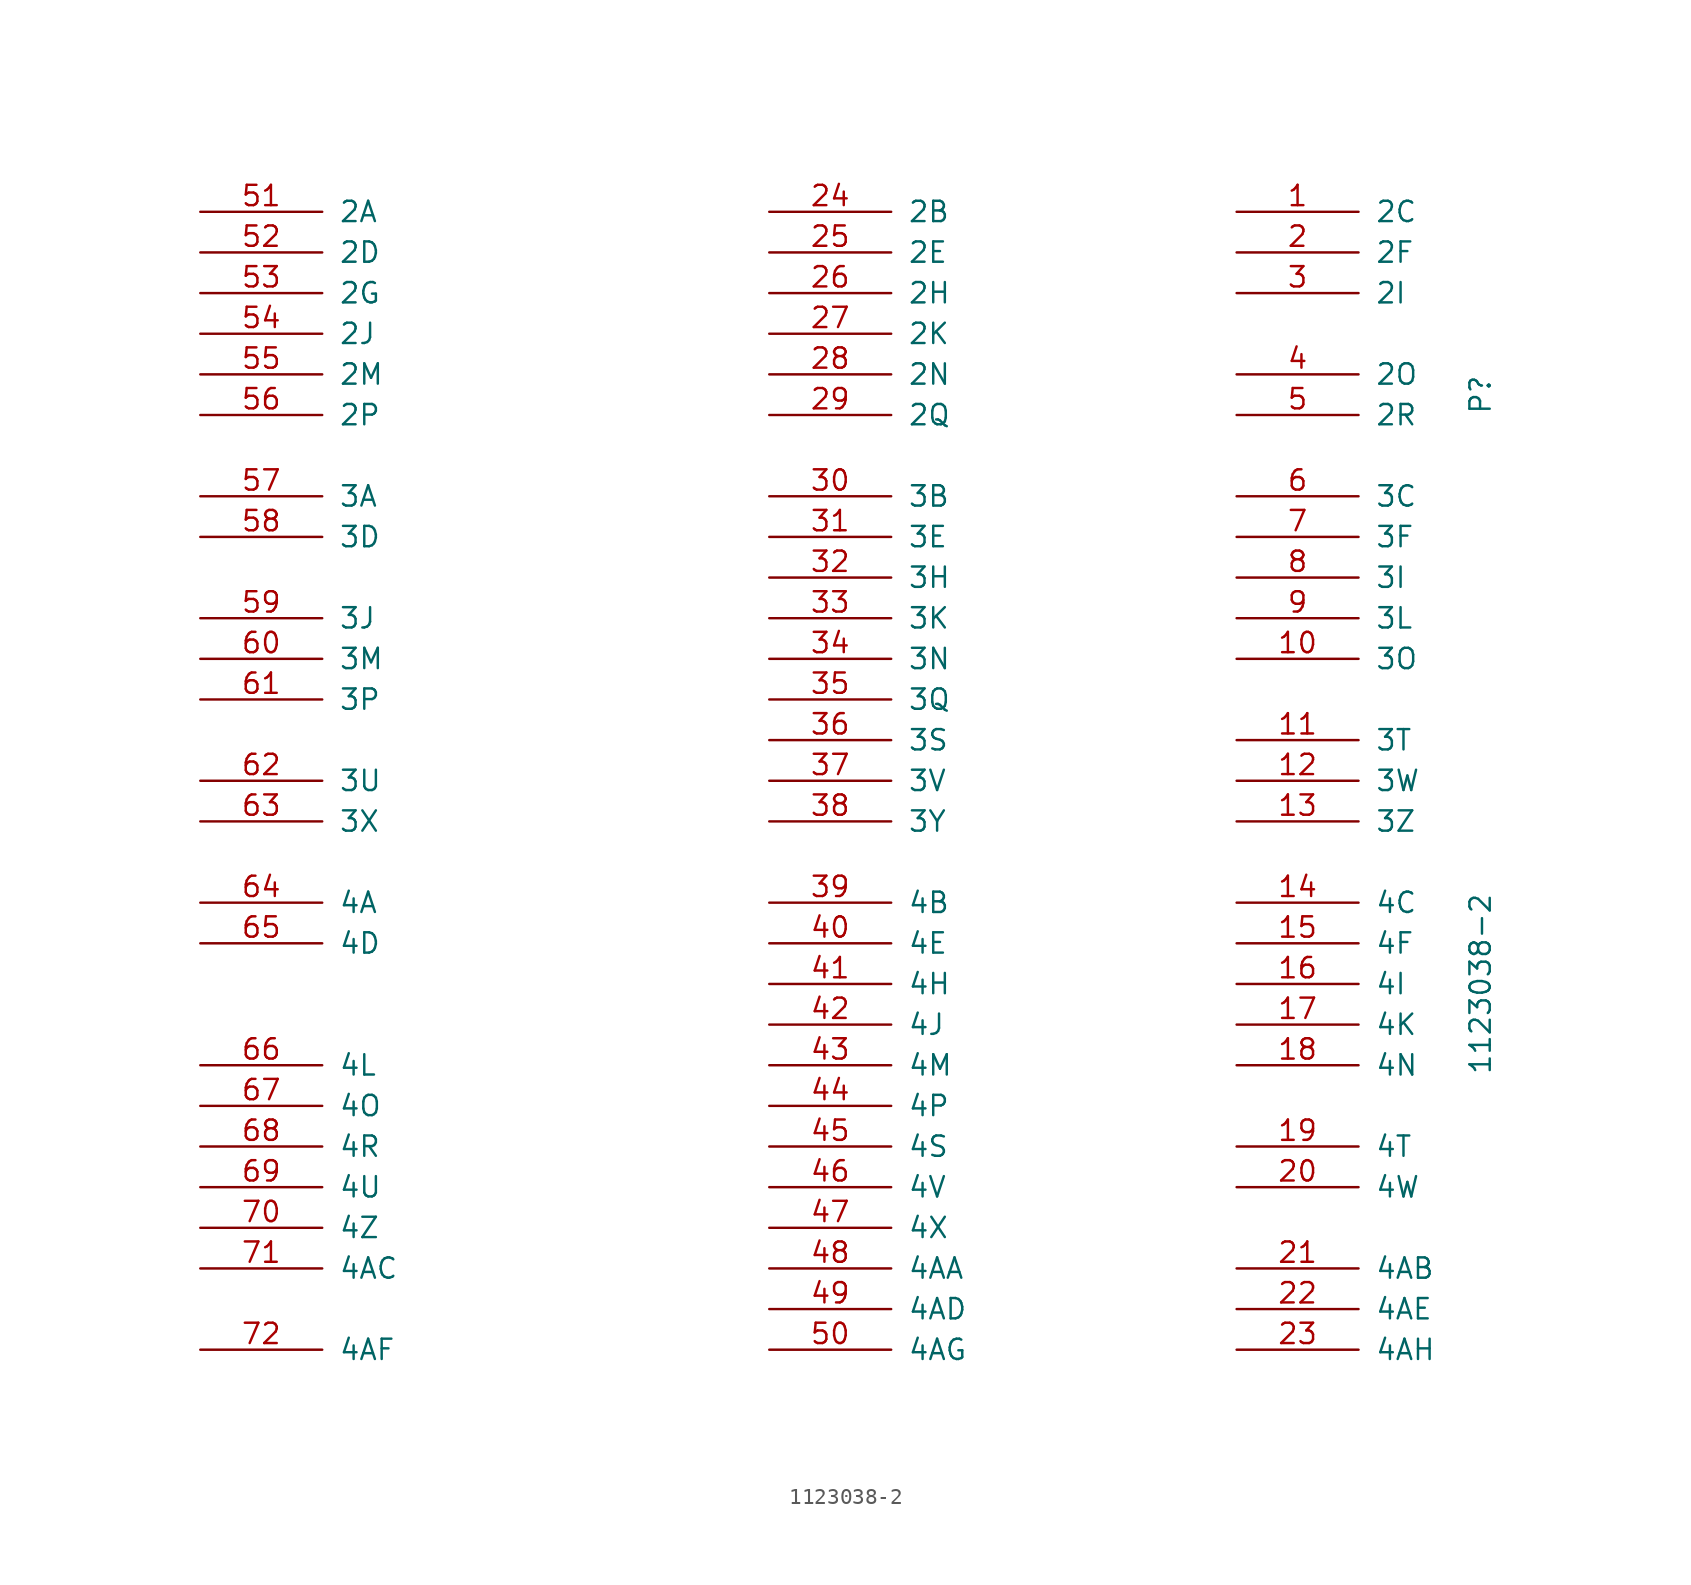
<source format=kicad_sym>
(kicad_symbol_lib
  (version 20241209)
  (generator "kicad_symbol_editor")
  (generator_version "9.0")
  (symbol "1123038-2"
    (pin_names
      (offset 1.016))
    (property "Reference" "P"
      (at 44.45 29.21 90)
      (effects (font (size 1.27 1.27))))
    (property "Value" "1123038-2"
      (at 44.45 -7.62 90)
      (effects (font (size 1.27 1.27))))
    (symbol "1123038-2_1_1"
      (pin passive line (at -35.56 40.64 0) (length 7.62) (name "2A" (effects (font (size 1.27 1.27)))) (number "51" (effects (font (size 1.27 1.27)))))
      (pin passive line (at -35.56 38.1 0) (length 7.62) (name "2D" (effects (font (size 1.27 1.27)))) (number "52" (effects (font (size 1.27 1.27)))))
      (pin passive line (at -35.56 35.56 0) (length 7.62) (name "2G" (effects (font (size 1.27 1.27)))) (number "53" (effects (font (size 1.27 1.27)))))
      (pin passive line (at -35.56 33.02 0) (length 7.62) (name "2J" (effects (font (size 1.27 1.27)))) (number "54" (effects (font (size 1.27 1.27)))))
      (pin passive line (at -35.56 30.48 0) (length 7.62) (name "2M" (effects (font (size 1.27 1.27)))) (number "55" (effects (font (size 1.27 1.27)))))
      (pin passive line (at -35.56 27.94 0) (length 7.62) (name "2P" (effects (font (size 1.27 1.27)))) (number "56" (effects (font (size 1.27 1.27)))))
      (pin passive line (at -35.56 22.86 0) (length 7.62) (name "3A" (effects (font (size 1.27 1.27)))) (number "57" (effects (font (size 1.27 1.27)))))
      (pin passive line (at -35.56 20.32 0) (length 7.62) (name "3D" (effects (font (size 1.27 1.27)))) (number "58" (effects (font (size 1.27 1.27)))))
      (pin passive line (at -35.56 15.24 0) (length 7.62) (name "3J" (effects (font (size 1.27 1.27)))) (number "59" (effects (font (size 1.27 1.27)))))
      (pin passive line (at -35.56 12.7 0) (length 7.62) (name "3M" (effects (font (size 1.27 1.27)))) (number "60" (effects (font (size 1.27 1.27)))))
      (pin passive line (at -35.56 10.16 0) (length 7.62) (name "3P" (effects (font (size 1.27 1.27)))) (number "61" (effects (font (size 1.27 1.27)))))
      (pin passive line (at -35.56 5.08 0) (length 7.62) (name "3U" (effects (font (size 1.27 1.27)))) (number "62" (effects (font (size 1.27 1.27)))))
      (pin passive line (at -35.56 2.54 0) (length 7.62) (name "3X" (effects (font (size 1.27 1.27)))) (number "63" (effects (font (size 1.27 1.27)))))
      (pin passive line (at -35.56 -2.54 0) (length 7.62) (name "4A" (effects (font (size 1.27 1.27)))) (number "64" (effects (font (size 1.27 1.27)))))
      (pin passive line (at -35.56 -5.08 0) (length 7.62) (name "4D" (effects (font (size 1.27 1.27)))) (number "65" (effects (font (size 1.27 1.27)))))
      (pin passive line (at -35.56 -12.7 0) (length 7.62) (name "4L" (effects (font (size 1.27 1.27)))) (number "66" (effects (font (size 1.27 1.27)))))
      (pin passive line (at -35.56 -15.24 0) (length 7.62) (name "4O" (effects (font (size 1.27 1.27)))) (number "67" (effects (font (size 1.27 1.27)))))
      (pin passive line (at -35.56 -17.78 0) (length 7.62) (name "4R" (effects (font (size 1.27 1.27)))) (number "68" (effects (font (size 1.27 1.27)))))
      (pin passive line (at -35.56 -20.32 0) (length 7.62) (name "4U" (effects (font (size 1.27 1.27)))) (number "69" (effects (font (size 1.27 1.27)))))
      (pin passive line (at -35.56 -22.86 0) (length 7.62) (name "4Z" (effects (font (size 1.27 1.27)))) (number "70" (effects (font (size 1.27 1.27)))))
      (pin passive line (at -35.56 -25.4 0) (length 7.62) (name "4AC" (effects (font (size 1.27 1.27)))) (number "71" (effects (font (size 1.27 1.27)))))
      (pin passive line (at -35.56 -30.48 0) (length 7.62) (name "4AF" (effects (font (size 1.27 1.27)))) (number "72" (effects (font (size 1.27 1.27)))))
      (pin passive line (at 0 40.64 0) (length 7.62) (name "2B" (effects (font (size 1.27 1.27)))) (number "24" (effects (font (size 1.27 1.27)))))
      (pin passive line (at 0 38.1 0) (length 7.62) (name "2E" (effects (font (size 1.27 1.27)))) (number "25" (effects (font (size 1.27 1.27)))))
      (pin passive line (at 0 35.56 0) (length 7.62) (name "2H" (effects (font (size 1.27 1.27)))) (number "26" (effects (font (size 1.27 1.27)))))
      (pin passive line (at 0 33.02 0) (length 7.62) (name "2K" (effects (font (size 1.27 1.27)))) (number "27" (effects (font (size 1.27 1.27)))))
      (pin passive line (at 0 30.48 0) (length 7.62) (name "2N" (effects (font (size 1.27 1.27)))) (number "28" (effects (font (size 1.27 1.27)))))
      (pin passive line (at 0 27.94 0) (length 7.62) (name "2Q" (effects (font (size 1.27 1.27)))) (number "29" (effects (font (size 1.27 1.27)))))
      (pin passive line (at 0 22.86 0) (length 7.62) (name "3B" (effects (font (size 1.27 1.27)))) (number "30" (effects (font (size 1.27 1.27)))))
      (pin passive line (at 0 20.32 0) (length 7.62) (name "3E" (effects (font (size 1.27 1.27)))) (number "31" (effects (font (size 1.27 1.27)))))
      (pin passive line (at 0 17.78 0) (length 7.62) (name "3H" (effects (font (size 1.27 1.27)))) (number "32" (effects (font (size 1.27 1.27)))))
      (pin passive line (at 0 15.24 0) (length 7.62) (name "3K" (effects (font (size 1.27 1.27)))) (number "33" (effects (font (size 1.27 1.27)))))
      (pin passive line (at 0 12.7 0) (length 7.62) (name "3N" (effects (font (size 1.27 1.27)))) (number "34" (effects (font (size 1.27 1.27)))))
      (pin passive line (at 0 10.16 0) (length 7.62) (name "3Q" (effects (font (size 1.27 1.27)))) (number "35" (effects (font (size 1.27 1.27)))))
      (pin passive line (at 0 7.62 0) (length 7.62) (name "3S" (effects (font (size 1.27 1.27)))) (number "36" (effects (font (size 1.27 1.27)))))
      (pin passive line (at 0 5.08 0) (length 7.62) (name "3V" (effects (font (size 1.27 1.27)))) (number "37" (effects (font (size 1.27 1.27)))))
      (pin passive line (at 0 2.54 0) (length 7.62) (name "3Y" (effects (font (size 1.27 1.27)))) (number "38" (effects (font (size 1.27 1.27)))))
      (pin passive line (at 0 -2.54 0) (length 7.62) (name "4B" (effects (font (size 1.27 1.27)))) (number "39" (effects (font (size 1.27 1.27)))))
      (pin passive line (at 0 -5.08 0) (length 7.62) (name "4E" (effects (font (size 1.27 1.27)))) (number "40" (effects (font (size 1.27 1.27)))))
      (pin passive line (at 0 -7.62 0) (length 7.62) (name "4H" (effects (font (size 1.27 1.27)))) (number "41" (effects (font (size 1.27 1.27)))))
      (pin passive line (at 0 -10.16 0) (length 7.62) (name "4J" (effects (font (size 1.27 1.27)))) (number "42" (effects (font (size 1.27 1.27)))))
      (pin passive line (at 0 -12.7 0) (length 7.62) (name "4M" (effects (font (size 1.27 1.27)))) (number "43" (effects (font (size 1.27 1.27)))))
      (pin passive line (at 0 -15.24 0) (length 7.62) (name "4P" (effects (font (size 1.27 1.27)))) (number "44" (effects (font (size 1.27 1.27)))))
      (pin passive line (at 0 -17.78 0) (length 7.62) (name "4S" (effects (font (size 1.27 1.27)))) (number "45" (effects (font (size 1.27 1.27)))))
      (pin passive line (at 0 -20.32 0) (length 7.62) (name "4V" (effects (font (size 1.27 1.27)))) (number "46" (effects (font (size 1.27 1.27)))))
      (pin passive line (at 0 -22.86 0) (length 7.62) (name "4X" (effects (font (size 1.27 1.27)))) (number "47" (effects (font (size 1.27 1.27)))))
      (pin passive line (at 0 -25.4 0) (length 7.62) (name "4AA" (effects (font (size 1.27 1.27)))) (number "48" (effects (font (size 1.27 1.27)))))
      (pin passive line (at 0 -27.94 0) (length 7.62) (name "4AD" (effects (font (size 1.27 1.27)))) (number "49" (effects (font (size 1.27 1.27)))))
      (pin passive line (at 0 -30.48 0) (length 7.62) (name "4AG" (effects (font (size 1.27 1.27)))) (number "50" (effects (font (size 1.27 1.27)))))
      (pin passive line (at 29.21 40.64 0) (length 7.62) (name "2C" (effects (font (size 1.27 1.27)))) (number "1" (effects (font (size 1.27 1.27)))))
      (pin passive line (at 29.21 38.1 0) (length 7.62) (name "2F" (effects (font (size 1.27 1.27)))) (number "2" (effects (font (size 1.27 1.27)))))
      (pin passive line (at 29.21 35.56 0) (length 7.62) (name "2I" (effects (font (size 1.27 1.27)))) (number "3" (effects (font (size 1.27 1.27)))))
      (pin passive line (at 29.21 30.48 0) (length 7.62) (name "2O" (effects (font (size 1.27 1.27)))) (number "4" (effects (font (size 1.27 1.27)))))
      (pin passive line (at 29.21 27.94 0) (length 7.62) (name "2R" (effects (font (size 1.27 1.27)))) (number "5" (effects (font (size 1.27 1.27)))))
      (pin passive line (at 29.21 22.86 0) (length 7.62) (name "3C" (effects (font (size 1.27 1.27)))) (number "6" (effects (font (size 1.27 1.27)))))
      (pin passive line (at 29.21 20.32 0) (length 7.62) (name "3F" (effects (font (size 1.27 1.27)))) (number "7" (effects (font (size 1.27 1.27)))))
      (pin passive line (at 29.21 17.78 0) (length 7.62) (name "3I" (effects (font (size 1.27 1.27)))) (number "8" (effects (font (size 1.27 1.27)))))
      (pin passive line (at 29.21 15.24 0) (length 7.62) (name "3L" (effects (font (size 1.27 1.27)))) (number "9" (effects (font (size 1.27 1.27)))))
      (pin passive line (at 29.21 12.7 0) (length 7.62) (name "3O" (effects (font (size 1.27 1.27)))) (number "10" (effects (font (size 1.27 1.27)))))
      (pin passive line (at 29.21 7.62 0) (length 7.62) (name "3T" (effects (font (size 1.27 1.27)))) (number "11" (effects (font (size 1.27 1.27)))))
      (pin passive line (at 29.21 5.08 0) (length 7.62) (name "3W" (effects (font (size 1.27 1.27)))) (number "12" (effects (font (size 1.27 1.27)))))
      (pin passive line (at 29.21 2.54 0) (length 7.62) (name "3Z" (effects (font (size 1.27 1.27)))) (number "13" (effects (font (size 1.27 1.27)))))
      (pin passive line (at 29.21 -2.54 0) (length 7.62) (name "4C" (effects (font (size 1.27 1.27)))) (number "14" (effects (font (size 1.27 1.27)))))
      (pin passive line (at 29.21 -5.08 0) (length 7.62) (name "4F" (effects (font (size 1.27 1.27)))) (number "15" (effects (font (size 1.27 1.27)))))
      (pin passive line (at 29.21 -7.62 0) (length 7.62) (name "4I" (effects (font (size 1.27 1.27)))) (number "16" (effects (font (size 1.27 1.27)))))
      (pin passive line (at 29.21 -10.16 0) (length 7.62) (name "4K" (effects (font (size 1.27 1.27)))) (number "17" (effects (font (size 1.27 1.27)))))
      (pin passive line (at 29.21 -12.7 0) (length 7.62) (name "4N" (effects (font (size 1.27 1.27)))) (number "18" (effects (font (size 1.27 1.27)))))
      (pin passive line (at 29.21 -17.78 0) (length 7.62) (name "4T" (effects (font (size 1.27 1.27)))) (number "19" (effects (font (size 1.27 1.27)))))
      (pin passive line (at 29.21 -20.32 0) (length 7.62) (name "4W" (effects (font (size 1.27 1.27)))) (number "20" (effects (font (size 1.27 1.27)))))
      (pin passive line (at 29.21 -25.4 0) (length 7.62) (name "4AB" (effects (font (size 1.27 1.27)))) (number "21" (effects (font (size 1.27 1.27)))))
      (pin passive line (at 29.21 -27.94 0) (length 7.62) (name "4AE" (effects (font (size 1.27 1.27)))) (number "22" (effects (font (size 1.27 1.27)))))
      (pin passive line (at 29.21 -30.48 0) (length 7.62) (name "4AH" (effects (font (size 1.27 1.27)))) (number "23" (effects (font (size 1.27 1.27))))))))
</source>
